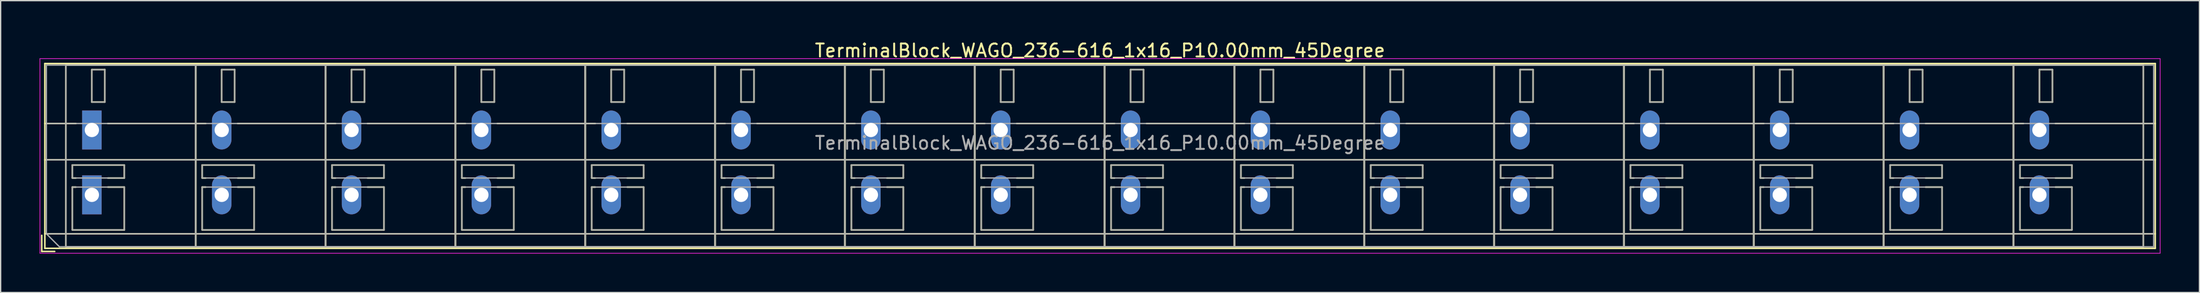
<source format=kicad_pcb>
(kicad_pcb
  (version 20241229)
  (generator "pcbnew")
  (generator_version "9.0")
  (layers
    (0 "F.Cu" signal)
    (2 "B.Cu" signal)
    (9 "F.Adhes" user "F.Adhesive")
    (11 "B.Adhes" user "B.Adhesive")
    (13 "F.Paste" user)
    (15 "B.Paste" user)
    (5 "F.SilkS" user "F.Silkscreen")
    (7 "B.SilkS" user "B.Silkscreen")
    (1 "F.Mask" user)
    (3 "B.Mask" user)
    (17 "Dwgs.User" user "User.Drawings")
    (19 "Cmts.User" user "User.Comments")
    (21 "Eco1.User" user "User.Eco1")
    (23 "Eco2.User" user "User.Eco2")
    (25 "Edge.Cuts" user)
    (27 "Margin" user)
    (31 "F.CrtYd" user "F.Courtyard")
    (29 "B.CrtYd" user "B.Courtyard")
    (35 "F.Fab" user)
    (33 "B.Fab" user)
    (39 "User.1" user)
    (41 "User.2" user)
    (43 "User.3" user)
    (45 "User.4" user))
  (footprint "TerminalBlock_WAGO_236-616_1x16_P10.00mm_45Degree"
    (layer "F.Cu")
    (at 4.025 6.968)
    (property "Reference" "TerminalBlock_WAGO_236-616_1x16_P10.00mm_45Degree" (at 77.65 -6.12 0) (layer "F.SilkS") (effects (font (size 1 1) (thickness 0.15))))
    (attr through_hole)
    (fp_line (start -3.86 8.12) (end -3.86 9.36) (stroke (width 0.12) (type solid)) (layer "F.SilkS"))
    (fp_line (start -3.86 9.36) (end -2.86 9.36) (stroke (width 0.12) (type solid)) (layer "F.SilkS"))
    (fp_line (start -3.62 -5.12) (end -3.62 9.12) (stroke (width 0.12) (type solid)) (layer "F.SilkS"))
    (fp_line (start -3.62 -5.12) (end 158.92 -5.12) (stroke (width 0.12) (type solid)) (layer "F.SilkS"))
    (fp_line (start -3.62 -0.5) (end -1.23 -0.5) (stroke (width 0.12) (type solid)) (layer "F.SilkS"))
    (fp_line (start -3.62 2.3) (end 158.92 2.3) (stroke (width 0.12) (type solid)) (layer "F.SilkS"))
    (fp_line (start -3.62 8) (end 158.92 8) (stroke (width 0.12) (type solid)) (layer "F.SilkS"))
    (fp_line (start -3.62 9.12) (end 158.92 9.12) (stroke (width 0.12) (type solid)) (layer "F.SilkS"))
    (fp_line (start -2 -5) (end -2 9) (stroke (width 0.12) (type solid)) (layer "F.SilkS"))
    (fp_line (start -2 -5) (end 8 -5) (stroke (width 0.12) (type solid)) (layer "F.SilkS"))
    (fp_line (start -2 9) (end 8 9) (stroke (width 0.12) (type solid)) (layer "F.SilkS"))
    (fp_line (start -1.5 2.7) (end -1.5 3.7) (stroke (width 0.12) (type solid)) (layer "F.SilkS"))
    (fp_line (start -1.5 2.7) (end 2.5 2.7) (stroke (width 0.12) (type solid)) (layer "F.SilkS"))
    (fp_line (start -1.5 3.7) (end -1.23 3.7) (stroke (width 0.12) (type solid)) (layer "F.SilkS"))
    (fp_line (start -1.5 4.4) (end -1.5 7.7) (stroke (width 0.12) (type solid)) (layer "F.SilkS"))
    (fp_line (start -1.5 4.4) (end -1.23 4.4) (stroke (width 0.12) (type solid)) (layer "F.SilkS"))
    (fp_line (start -1.5 7.7) (end 2.5 7.7) (stroke (width 0.12) (type solid)) (layer "F.SilkS"))
    (fp_line (start 0 -4.65) (end 0 -2.151) (stroke (width 0.12) (type solid)) (layer "F.SilkS"))
    (fp_line (start 0 -4.65) (end 1 -4.65) (stroke (width 0.12) (type solid)) (layer "F.SilkS"))
    (fp_line (start 0 -2.151) (end 1 -2.151) (stroke (width 0.12) (type solid)) (layer "F.SilkS"))
    (fp_line (start 1 -4.65) (end 1 -2.151) (stroke (width 0.12) (type solid)) (layer "F.SilkS"))
    (fp_line (start 1.23 -0.5) (end 8.77 -0.5) (stroke (width 0.12) (type solid)) (layer "F.SilkS"))
    (fp_line (start 1.23 3.7) (end 2.5 3.7) (stroke (width 0.12) (type solid)) (layer "F.SilkS"))
    (fp_line (start 1.23 4.4) (end 2.5 4.4) (stroke (width 0.12) (type solid)) (layer "F.SilkS"))
    (fp_line (start 2.5 2.7) (end 2.5 3.7) (stroke (width 0.12) (type solid)) (layer "F.SilkS"))
    (fp_line (start 2.5 4.4) (end 2.5 7.7) (stroke (width 0.12) (type solid)) (layer "F.SilkS"))
    (fp_line (start 8 -5) (end 8 9) (stroke (width 0.12) (type solid)) (layer "F.SilkS"))
    (fp_line (start 8 -5) (end 8 9) (stroke (width 0.12) (type solid)) (layer "F.SilkS"))
    (fp_line (start 8 -5) (end 18 -5) (stroke (width 0.12) (type solid)) (layer "F.SilkS"))
    (fp_line (start 8 9) (end 18 9) (stroke (width 0.12) (type solid)) (layer "F.SilkS"))
    (fp_line (start 8.5 2.7) (end 8.5 3.7) (stroke (width 0.12) (type solid)) (layer "F.SilkS"))
    (fp_line (start 8.5 2.7) (end 12.5 2.7) (stroke (width 0.12) (type solid)) (layer "F.SilkS"))
    (fp_line (start 8.5 3.7) (end 8.77 3.7) (stroke (width 0.12) (type solid)) (layer "F.SilkS"))
    (fp_line (start 8.5 4.4) (end 8.5 7.7) (stroke (width 0.12) (type solid)) (layer "F.SilkS"))
    (fp_line (start 8.5 4.4) (end 8.77 4.4) (stroke (width 0.12) (type solid)) (layer "F.SilkS"))
    (fp_line (start 8.5 7.7) (end 12.5 7.7) (stroke (width 0.12) (type solid)) (layer "F.SilkS"))
    (fp_line (start 10 -4.65) (end 10 -2.151) (stroke (width 0.12) (type solid)) (layer "F.SilkS"))
    (fp_line (start 10 -4.65) (end 11 -4.65) (stroke (width 0.12) (type solid)) (layer "F.SilkS"))
    (fp_line (start 10 -2.151) (end 11 -2.151) (stroke (width 0.12) (type solid)) (layer "F.SilkS"))
    (fp_line (start 11 -4.65) (end 11 -2.151) (stroke (width 0.12) (type solid)) (layer "F.SilkS"))
    (fp_line (start 11.23 -0.5) (end 18.77 -0.5) (stroke (width 0.12) (type solid)) (layer "F.SilkS"))
    (fp_line (start 11.23 3.7) (end 12.5 3.7) (stroke (width 0.12) (type solid)) (layer "F.SilkS"))
    (fp_line (start 11.23 4.4) (end 12.5 4.4) (stroke (width 0.12) (type solid)) (layer "F.SilkS"))
    (fp_line (start 12.5 2.7) (end 12.5 3.7) (stroke (width 0.12) (type solid)) (layer "F.SilkS"))
    (fp_line (start 12.5 4.4) (end 12.5 7.7) (stroke (width 0.12) (type solid)) (layer "F.SilkS"))
    (fp_line (start 18 -5) (end 18 9) (stroke (width 0.12) (type solid)) (layer "F.SilkS"))
    (fp_line (start 18 -5) (end 18 9) (stroke (width 0.12) (type solid)) (layer "F.SilkS"))
    (fp_line (start 18 -5) (end 28 -5) (stroke (width 0.12) (type solid)) (layer "F.SilkS"))
    (fp_line (start 18 9) (end 28 9) (stroke (width 0.12) (type solid)) (layer "F.SilkS"))
    (fp_line (start 18.5 2.7) (end 18.5 3.7) (stroke (width 0.12) (type solid)) (layer "F.SilkS"))
    (fp_line (start 18.5 2.7) (end 22.5 2.7) (stroke (width 0.12) (type solid)) (layer "F.SilkS"))
    (fp_line (start 18.5 3.7) (end 18.77 3.7) (stroke (width 0.12) (type solid)) (layer "F.SilkS"))
    (fp_line (start 18.5 4.4) (end 18.5 7.7) (stroke (width 0.12) (type solid)) (layer "F.SilkS"))
    (fp_line (start 18.5 4.4) (end 18.77 4.4) (stroke (width 0.12) (type solid)) (layer "F.SilkS"))
    (fp_line (start 18.5 7.7) (end 22.5 7.7) (stroke (width 0.12) (type solid)) (layer "F.SilkS"))
    (fp_line (start 20 -4.65) (end 20 -2.151) (stroke (width 0.12) (type solid)) (layer "F.SilkS"))
    (fp_line (start 20 -4.65) (end 21 -4.65) (stroke (width 0.12) (type solid)) (layer "F.SilkS"))
    (fp_line (start 20 -2.151) (end 21 -2.151) (stroke (width 0.12) (type solid)) (layer "F.SilkS"))
    (fp_line (start 21 -4.65) (end 21 -2.151) (stroke (width 0.12) (type solid)) (layer "F.SilkS"))
    (fp_line (start 21.23 -0.5) (end 28.77 -0.5) (stroke (width 0.12) (type solid)) (layer "F.SilkS"))
    (fp_line (start 21.23 3.7) (end 22.5 3.7) (stroke (width 0.12) (type solid)) (layer "F.SilkS"))
    (fp_line (start 21.23 4.4) (end 22.5 4.4) (stroke (width 0.12) (type solid)) (layer "F.SilkS"))
    (fp_line (start 22.5 2.7) (end 22.5 3.7) (stroke (width 0.12) (type solid)) (layer "F.SilkS"))
    (fp_line (start 22.5 4.4) (end 22.5 7.7) (stroke (width 0.12) (type solid)) (layer "F.SilkS"))
    (fp_line (start 28 -5) (end 28 9) (stroke (width 0.12) (type solid)) (layer "F.SilkS"))
    (fp_line (start 28 -5) (end 28 9) (stroke (width 0.12) (type solid)) (layer "F.SilkS"))
    (fp_line (start 28 -5) (end 38 -5) (stroke (width 0.12) (type solid)) (layer "F.SilkS"))
    (fp_line (start 28 9) (end 38 9) (stroke (width 0.12) (type solid)) (layer "F.SilkS"))
    (fp_line (start 28.5 2.7) (end 28.5 3.7) (stroke (width 0.12) (type solid)) (layer "F.SilkS"))
    (fp_line (start 28.5 2.7) (end 32.5 2.7) (stroke (width 0.12) (type solid)) (layer "F.SilkS"))
    (fp_line (start 28.5 3.7) (end 28.77 3.7) (stroke (width 0.12) (type solid)) (layer "F.SilkS"))
    (fp_line (start 28.5 4.4) (end 28.5 7.7) (stroke (width 0.12) (type solid)) (layer "F.SilkS"))
    (fp_line (start 28.5 4.4) (end 28.77 4.4) (stroke (width 0.12) (type solid)) (layer "F.SilkS"))
    (fp_line (start 28.5 7.7) (end 32.5 7.7) (stroke (width 0.12) (type solid)) (layer "F.SilkS"))
    (fp_line (start 30 -4.65) (end 30 -2.151) (stroke (width 0.12) (type solid)) (layer "F.SilkS"))
    (fp_line (start 30 -4.65) (end 31 -4.65) (stroke (width 0.12) (type solid)) (layer "F.SilkS"))
    (fp_line (start 30 -2.151) (end 31 -2.151) (stroke (width 0.12) (type solid)) (layer "F.SilkS"))
    (fp_line (start 31 -4.65) (end 31 -2.151) (stroke (width 0.12) (type solid)) (layer "F.SilkS"))
    (fp_line (start 31.23 -0.5) (end 38.77 -0.5) (stroke (width 0.12) (type solid)) (layer "F.SilkS"))
    (fp_line (start 31.23 3.7) (end 32.5 3.7) (stroke (width 0.12) (type solid)) (layer "F.SilkS"))
    (fp_line (start 31.23 4.4) (end 32.5 4.4) (stroke (width 0.12) (type solid)) (layer "F.SilkS"))
    (fp_line (start 32.5 2.7) (end 32.5 3.7) (stroke (width 0.12) (type solid)) (layer "F.SilkS"))
    (fp_line (start 32.5 4.4) (end 32.5 7.7) (stroke (width 0.12) (type solid)) (layer "F.SilkS"))
    (fp_line (start 38 -5) (end 38 9) (stroke (width 0.12) (type solid)) (layer "F.SilkS"))
    (fp_line (start 38 -5) (end 38 9) (stroke (width 0.12) (type solid)) (layer "F.SilkS"))
    (fp_line (start 38 -5) (end 48 -5) (stroke (width 0.12) (type solid)) (layer "F.SilkS"))
    (fp_line (start 38 9) (end 48 9) (stroke (width 0.12) (type solid)) (layer "F.SilkS"))
    (fp_line (start 38.5 2.7) (end 38.5 3.7) (stroke (width 0.12) (type solid)) (layer "F.SilkS"))
    (fp_line (start 38.5 2.7) (end 42.5 2.7) (stroke (width 0.12) (type solid)) (layer "F.SilkS"))
    (fp_line (start 38.5 3.7) (end 38.77 3.7) (stroke (width 0.12) (type solid)) (layer "F.SilkS"))
    (fp_line (start 38.5 4.4) (end 38.5 7.7) (stroke (width 0.12) (type solid)) (layer "F.SilkS"))
    (fp_line (start 38.5 4.4) (end 38.77 4.4) (stroke (width 0.12) (type solid)) (layer "F.SilkS"))
    (fp_line (start 38.5 7.7) (end 42.5 7.7) (stroke (width 0.12) (type solid)) (layer "F.SilkS"))
    (fp_line (start 40 -4.65) (end 40 -2.151) (stroke (width 0.12) (type solid)) (layer "F.SilkS"))
    (fp_line (start 40 -4.65) (end 41 -4.65) (stroke (width 0.12) (type solid)) (layer "F.SilkS"))
    (fp_line (start 40 -2.151) (end 41 -2.151) (stroke (width 0.12) (type solid)) (layer "F.SilkS"))
    (fp_line (start 41 -4.65) (end 41 -2.151) (stroke (width 0.12) (type solid)) (layer "F.SilkS"))
    (fp_line (start 41.23 -0.5) (end 48.77 -0.5) (stroke (width 0.12) (type solid)) (layer "F.SilkS"))
    (fp_line (start 41.23 3.7) (end 42.5 3.7) (stroke (width 0.12) (type solid)) (layer "F.SilkS"))
    (fp_line (start 41.23 4.4) (end 42.5 4.4) (stroke (width 0.12) (type solid)) (layer "F.SilkS"))
    (fp_line (start 42.5 2.7) (end 42.5 3.7) (stroke (width 0.12) (type solid)) (layer "F.SilkS"))
    (fp_line (start 42.5 4.4) (end 42.5 7.7) (stroke (width 0.12) (type solid)) (layer "F.SilkS"))
    (fp_line (start 48 -5) (end 48 9) (stroke (width 0.12) (type solid)) (layer "F.SilkS"))
    (fp_line (start 48 -5) (end 48 9) (stroke (width 0.12) (type solid)) (layer "F.SilkS"))
    (fp_line (start 48 -5) (end 58 -5) (stroke (width 0.12) (type solid)) (layer "F.SilkS"))
    (fp_line (start 48 9) (end 58 9) (stroke (width 0.12) (type solid)) (layer "F.SilkS"))
    (fp_line (start 48.5 2.7) (end 48.5 3.7) (stroke (width 0.12) (type solid)) (layer "F.SilkS"))
    (fp_line (start 48.5 2.7) (end 52.5 2.7) (stroke (width 0.12) (type solid)) (layer "F.SilkS"))
    (fp_line (start 48.5 3.7) (end 48.77 3.7) (stroke (width 0.12) (type solid)) (layer "F.SilkS"))
    (fp_line (start 48.5 4.4) (end 48.5 7.7) (stroke (width 0.12) (type solid)) (layer "F.SilkS"))
    (fp_line (start 48.5 4.4) (end 48.77 4.4) (stroke (width 0.12) (type solid)) (layer "F.SilkS"))
    (fp_line (start 48.5 7.7) (end 52.5 7.7) (stroke (width 0.12) (type solid)) (layer "F.SilkS"))
    (fp_line (start 50 -4.65) (end 50 -2.151) (stroke (width 0.12) (type solid)) (layer "F.SilkS"))
    (fp_line (start 50 -4.65) (end 51 -4.65) (stroke (width 0.12) (type solid)) (layer "F.SilkS"))
    (fp_line (start 50 -2.151) (end 51 -2.151) (stroke (width 0.12) (type solid)) (layer "F.SilkS"))
    (fp_line (start 51 -4.65) (end 51 -2.151) (stroke (width 0.12) (type solid)) (layer "F.SilkS"))
    (fp_line (start 51.23 -0.5) (end 58.77 -0.5) (stroke (width 0.12) (type solid)) (layer "F.SilkS"))
    (fp_line (start 51.23 3.7) (end 52.5 3.7) (stroke (width 0.12) (type solid)) (layer "F.SilkS"))
    (fp_line (start 51.23 4.4) (end 52.5 4.4) (stroke (width 0.12) (type solid)) (layer "F.SilkS"))
    (fp_line (start 52.5 2.7) (end 52.5 3.7) (stroke (width 0.12) (type solid)) (layer "F.SilkS"))
    (fp_line (start 52.5 4.4) (end 52.5 7.7) (stroke (width 0.12) (type solid)) (layer "F.SilkS"))
    (fp_line (start 58 -5) (end 58 9) (stroke (width 0.12) (type solid)) (layer "F.SilkS"))
    (fp_line (start 58 -5) (end 58 9) (stroke (width 0.12) (type solid)) (layer "F.SilkS"))
    (fp_line (start 58 -5) (end 68 -5) (stroke (width 0.12) (type solid)) (layer "F.SilkS"))
    (fp_line (start 58 9) (end 68 9) (stroke (width 0.12) (type solid)) (layer "F.SilkS"))
    (fp_line (start 58.5 2.7) (end 58.5 3.7) (stroke (width 0.12) (type solid)) (layer "F.SilkS"))
    (fp_line (start 58.5 2.7) (end 62.5 2.7) (stroke (width 0.12) (type solid)) (layer "F.SilkS"))
    (fp_line (start 58.5 3.7) (end 58.77 3.7) (stroke (width 0.12) (type solid)) (layer "F.SilkS"))
    (fp_line (start 58.5 4.4) (end 58.5 7.7) (stroke (width 0.12) (type solid)) (layer "F.SilkS"))
    (fp_line (start 58.5 4.4) (end 58.77 4.4) (stroke (width 0.12) (type solid)) (layer "F.SilkS"))
    (fp_line (start 58.5 7.7) (end 62.5 7.7) (stroke (width 0.12) (type solid)) (layer "F.SilkS"))
    (fp_line (start 60 -4.65) (end 60 -2.151) (stroke (width 0.12) (type solid)) (layer "F.SilkS"))
    (fp_line (start 60 -4.65) (end 61 -4.65) (stroke (width 0.12) (type solid)) (layer "F.SilkS"))
    (fp_line (start 60 -2.151) (end 61 -2.151) (stroke (width 0.12) (type solid)) (layer "F.SilkS"))
    (fp_line (start 61 -4.65) (end 61 -2.151) (stroke (width 0.12) (type solid)) (layer "F.SilkS"))
    (fp_line (start 61.23 -0.5) (end 68.77 -0.5) (stroke (width 0.12) (type solid)) (layer "F.SilkS"))
    (fp_line (start 61.23 3.7) (end 62.5 3.7) (stroke (width 0.12) (type solid)) (layer "F.SilkS"))
    (fp_line (start 61.23 4.4) (end 62.5 4.4) (stroke (width 0.12) (type solid)) (layer "F.SilkS"))
    (fp_line (start 62.5 2.7) (end 62.5 3.7) (stroke (width 0.12) (type solid)) (layer "F.SilkS"))
    (fp_line (start 62.5 4.4) (end 62.5 7.7) (stroke (width 0.12) (type solid)) (layer "F.SilkS"))
    (fp_line (start 68 -5) (end 68 9) (stroke (width 0.12) (type solid)) (layer "F.SilkS"))
    (fp_line (start 68 -5) (end 68 9) (stroke (width 0.12) (type solid)) (layer "F.SilkS"))
    (fp_line (start 68 -5) (end 78 -5) (stroke (width 0.12) (type solid)) (layer "F.SilkS"))
    (fp_line (start 68 9) (end 78 9) (stroke (width 0.12) (type solid)) (layer "F.SilkS"))
    (fp_line (start 68.5 2.7) (end 68.5 3.7) (stroke (width 0.12) (type solid)) (layer "F.SilkS"))
    (fp_line (start 68.5 2.7) (end 72.5 2.7) (stroke (width 0.12) (type solid)) (layer "F.SilkS"))
    (fp_line (start 68.5 3.7) (end 68.77 3.7) (stroke (width 0.12) (type solid)) (layer "F.SilkS"))
    (fp_line (start 68.5 4.4) (end 68.5 7.7) (stroke (width 0.12) (type solid)) (layer "F.SilkS"))
    (fp_line (start 68.5 4.4) (end 68.77 4.4) (stroke (width 0.12) (type solid)) (layer "F.SilkS"))
    (fp_line (start 68.5 7.7) (end 72.5 7.7) (stroke (width 0.12) (type solid)) (layer "F.SilkS"))
    (fp_line (start 70 -4.65) (end 70 -2.151) (stroke (width 0.12) (type solid)) (layer "F.SilkS"))
    (fp_line (start 70 -4.65) (end 71 -4.65) (stroke (width 0.12) (type solid)) (layer "F.SilkS"))
    (fp_line (start 70 -2.151) (end 71 -2.151) (stroke (width 0.12) (type solid)) (layer "F.SilkS"))
    (fp_line (start 71 -4.65) (end 71 -2.151) (stroke (width 0.12) (type solid)) (layer "F.SilkS"))
    (fp_line (start 71.23 -0.5) (end 78.77 -0.5) (stroke (width 0.12) (type solid)) (layer "F.SilkS"))
    (fp_line (start 71.23 3.7) (end 72.5 3.7) (stroke (width 0.12) (type solid)) (layer "F.SilkS"))
    (fp_line (start 71.23 4.4) (end 72.5 4.4) (stroke (width 0.12) (type solid)) (layer "F.SilkS"))
    (fp_line (start 72.5 2.7) (end 72.5 3.7) (stroke (width 0.12) (type solid)) (layer "F.SilkS"))
    (fp_line (start 72.5 4.4) (end 72.5 7.7) (stroke (width 0.12) (type solid)) (layer "F.SilkS"))
    (fp_line (start 78 -5) (end 78 9) (stroke (width 0.12) (type solid)) (layer "F.SilkS"))
    (fp_line (start 78 -5) (end 78 9) (stroke (width 0.12) (type solid)) (layer "F.SilkS"))
    (fp_line (start 78 -5) (end 88 -5) (stroke (width 0.12) (type solid)) (layer "F.SilkS"))
    (fp_line (start 78 9) (end 88 9) (stroke (width 0.12) (type solid)) (layer "F.SilkS"))
    (fp_line (start 78.5 2.7) (end 78.5 3.7) (stroke (width 0.12) (type solid)) (layer "F.SilkS"))
    (fp_line (start 78.5 2.7) (end 82.5 2.7) (stroke (width 0.12) (type solid)) (layer "F.SilkS"))
    (fp_line (start 78.5 3.7) (end 78.77 3.7) (stroke (width 0.12) (type solid)) (layer "F.SilkS"))
    (fp_line (start 78.5 4.4) (end 78.5 7.7) (stroke (width 0.12) (type solid)) (layer "F.SilkS"))
    (fp_line (start 78.5 4.4) (end 78.77 4.4) (stroke (width 0.12) (type solid)) (layer "F.SilkS"))
    (fp_line (start 78.5 7.7) (end 82.5 7.7) (stroke (width 0.12) (type solid)) (layer "F.SilkS"))
    (fp_line (start 80 -4.65) (end 80 -2.151) (stroke (width 0.12) (type solid)) (layer "F.SilkS"))
    (fp_line (start 80 -4.65) (end 81 -4.65) (stroke (width 0.12) (type solid)) (layer "F.SilkS"))
    (fp_line (start 80 -2.151) (end 81 -2.151) (stroke (width 0.12) (type solid)) (layer "F.SilkS"))
    (fp_line (start 81 -4.65) (end 81 -2.151) (stroke (width 0.12) (type solid)) (layer "F.SilkS"))
    (fp_line (start 81.23 -0.5) (end 88.77 -0.5) (stroke (width 0.12) (type solid)) (layer "F.SilkS"))
    (fp_line (start 81.23 3.7) (end 82.5 3.7) (stroke (width 0.12) (type solid)) (layer "F.SilkS"))
    (fp_line (start 81.23 4.4) (end 82.5 4.4) (stroke (width 0.12) (type solid)) (layer "F.SilkS"))
    (fp_line (start 82.5 2.7) (end 82.5 3.7) (stroke (width 0.12) (type solid)) (layer "F.SilkS"))
    (fp_line (start 82.5 4.4) (end 82.5 7.7) (stroke (width 0.12) (type solid)) (layer "F.SilkS"))
    (fp_line (start 88 -5) (end 88 9) (stroke (width 0.12) (type solid)) (layer "F.SilkS"))
    (fp_line (start 88 -5) (end 88 9) (stroke (width 0.12) (type solid)) (layer "F.SilkS"))
    (fp_line (start 88 -5) (end 98 -5) (stroke (width 0.12) (type solid)) (layer "F.SilkS"))
    (fp_line (start 88 9) (end 98 9) (stroke (width 0.12) (type solid)) (layer "F.SilkS"))
    (fp_line (start 88.5 2.7) (end 88.5 3.7) (stroke (width 0.12) (type solid)) (layer "F.SilkS"))
    (fp_line (start 88.5 2.7) (end 92.5 2.7) (stroke (width 0.12) (type solid)) (layer "F.SilkS"))
    (fp_line (start 88.5 3.7) (end 88.77 3.7) (stroke (width 0.12) (type solid)) (layer "F.SilkS"))
    (fp_line (start 88.5 4.4) (end 88.5 7.7) (stroke (width 0.12) (type solid)) (layer "F.SilkS"))
    (fp_line (start 88.5 4.4) (end 88.77 4.4) (stroke (width 0.12) (type solid)) (layer "F.SilkS"))
    (fp_line (start 88.5 7.7) (end 92.5 7.7) (stroke (width 0.12) (type solid)) (layer "F.SilkS"))
    (fp_line (start 90 -4.65) (end 90 -2.151) (stroke (width 0.12) (type solid)) (layer "F.SilkS"))
    (fp_line (start 90 -4.65) (end 91 -4.65) (stroke (width 0.12) (type solid)) (layer "F.SilkS"))
    (fp_line (start 90 -2.151) (end 91 -2.151) (stroke (width 0.12) (type solid)) (layer "F.SilkS"))
    (fp_line (start 91 -4.65) (end 91 -2.151) (stroke (width 0.12) (type solid)) (layer "F.SilkS"))
    (fp_line (start 91.23 -0.5) (end 98.77 -0.5) (stroke (width 0.12) (type solid)) (layer "F.SilkS"))
    (fp_line (start 91.23 3.7) (end 92.5 3.7) (stroke (width 0.12) (type solid)) (layer "F.SilkS"))
    (fp_line (start 91.23 4.4) (end 92.5 4.4) (stroke (width 0.12) (type solid)) (layer "F.SilkS"))
    (fp_line (start 92.5 2.7) (end 92.5 3.7) (stroke (width 0.12) (type solid)) (layer "F.SilkS"))
    (fp_line (start 92.5 4.4) (end 92.5 7.7) (stroke (width 0.12) (type solid)) (layer "F.SilkS"))
    (fp_line (start 98 -5) (end 98 9) (stroke (width 0.12) (type solid)) (layer "F.SilkS"))
    (fp_line (start 98 -5) (end 98 9) (stroke (width 0.12) (type solid)) (layer "F.SilkS"))
    (fp_line (start 98 -5) (end 108 -5) (stroke (width 0.12) (type solid)) (layer "F.SilkS"))
    (fp_line (start 98 9) (end 108 9) (stroke (width 0.12) (type solid)) (layer "F.SilkS"))
    (fp_line (start 98.5 2.7) (end 98.5 3.7) (stroke (width 0.12) (type solid)) (layer "F.SilkS"))
    (fp_line (start 98.5 2.7) (end 102.5 2.7) (stroke (width 0.12) (type solid)) (layer "F.SilkS"))
    (fp_line (start 98.5 3.7) (end 98.77 3.7) (stroke (width 0.12) (type solid)) (layer "F.SilkS"))
    (fp_line (start 98.5 4.4) (end 98.5 7.7) (stroke (width 0.12) (type solid)) (layer "F.SilkS"))
    (fp_line (start 98.5 4.4) (end 98.77 4.4) (stroke (width 0.12) (type solid)) (layer "F.SilkS"))
    (fp_line (start 98.5 7.7) (end 102.5 7.7) (stroke (width 0.12) (type solid)) (layer "F.SilkS"))
    (fp_line (start 100 -4.65) (end 100 -2.151) (stroke (width 0.12) (type solid)) (layer "F.SilkS"))
    (fp_line (start 100 -4.65) (end 101 -4.65) (stroke (width 0.12) (type solid)) (layer "F.SilkS"))
    (fp_line (start 100 -2.151) (end 101 -2.151) (stroke (width 0.12) (type solid)) (layer "F.SilkS"))
    (fp_line (start 101 -4.65) (end 101 -2.151) (stroke (width 0.12) (type solid)) (layer "F.SilkS"))
    (fp_line (start 101.23 -0.5) (end 108.77 -0.5) (stroke (width 0.12) (type solid)) (layer "F.SilkS"))
    (fp_line (start 101.23 3.7) (end 102.5 3.7) (stroke (width 0.12) (type solid)) (layer "F.SilkS"))
    (fp_line (start 101.23 4.4) (end 102.5 4.4) (stroke (width 0.12) (type solid)) (layer "F.SilkS"))
    (fp_line (start 102.5 2.7) (end 102.5 3.7) (stroke (width 0.12) (type solid)) (layer "F.SilkS"))
    (fp_line (start 102.5 4.4) (end 102.5 7.7) (stroke (width 0.12) (type solid)) (layer "F.SilkS"))
    (fp_line (start 108 -5) (end 108 9) (stroke (width 0.12) (type solid)) (layer "F.SilkS"))
    (fp_line (start 108 -5) (end 108 9) (stroke (width 0.12) (type solid)) (layer "F.SilkS"))
    (fp_line (start 108 -5) (end 118 -5) (stroke (width 0.12) (type solid)) (layer "F.SilkS"))
    (fp_line (start 108 9) (end 118 9) (stroke (width 0.12) (type solid)) (layer "F.SilkS"))
    (fp_line (start 108.5 2.7) (end 108.5 3.7) (stroke (width 0.12) (type solid)) (layer "F.SilkS"))
    (fp_line (start 108.5 2.7) (end 112.5 2.7) (stroke (width 0.12) (type solid)) (layer "F.SilkS"))
    (fp_line (start 108.5 3.7) (end 108.77 3.7) (stroke (width 0.12) (type solid)) (layer "F.SilkS"))
    (fp_line (start 108.5 4.4) (end 108.5 7.7) (stroke (width 0.12) (type solid)) (layer "F.SilkS"))
    (fp_line (start 108.5 4.4) (end 108.77 4.4) (stroke (width 0.12) (type solid)) (layer "F.SilkS"))
    (fp_line (start 108.5 7.7) (end 112.5 7.7) (stroke (width 0.12) (type solid)) (layer "F.SilkS"))
    (fp_line (start 110 -4.65) (end 110 -2.151) (stroke (width 0.12) (type solid)) (layer "F.SilkS"))
    (fp_line (start 110 -4.65) (end 111 -4.65) (stroke (width 0.12) (type solid)) (layer "F.SilkS"))
    (fp_line (start 110 -2.151) (end 111 -2.151) (stroke (width 0.12) (type solid)) (layer "F.SilkS"))
    (fp_line (start 111 -4.65) (end 111 -2.151) (stroke (width 0.12) (type solid)) (layer "F.SilkS"))
    (fp_line (start 111.23 -0.5) (end 118.77 -0.5) (stroke (width 0.12) (type solid)) (layer "F.SilkS"))
    (fp_line (start 111.23 3.7) (end 112.5 3.7) (stroke (width 0.12) (type solid)) (layer "F.SilkS"))
    (fp_line (start 111.23 4.4) (end 112.5 4.4) (stroke (width 0.12) (type solid)) (layer "F.SilkS"))
    (fp_line (start 112.5 2.7) (end 112.5 3.7) (stroke (width 0.12) (type solid)) (layer "F.SilkS"))
    (fp_line (start 112.5 4.4) (end 112.5 7.7) (stroke (width 0.12) (type solid)) (layer "F.SilkS"))
    (fp_line (start 118 -5) (end 118 9) (stroke (width 0.12) (type solid)) (layer "F.SilkS"))
    (fp_line (start 118 -5) (end 118 9) (stroke (width 0.12) (type solid)) (layer "F.SilkS"))
    (fp_line (start 118 -5) (end 128 -5) (stroke (width 0.12) (type solid)) (layer "F.SilkS"))
    (fp_line (start 118 9) (end 128 9) (stroke (width 0.12) (type solid)) (layer "F.SilkS"))
    (fp_line (start 118.5 2.7) (end 118.5 3.7) (stroke (width 0.12) (type solid)) (layer "F.SilkS"))
    (fp_line (start 118.5 2.7) (end 122.5 2.7) (stroke (width 0.12) (type solid)) (layer "F.SilkS"))
    (fp_line (start 118.5 3.7) (end 118.77 3.7) (stroke (width 0.12) (type solid)) (layer "F.SilkS"))
    (fp_line (start 118.5 4.4) (end 118.5 7.7) (stroke (width 0.12) (type solid)) (layer "F.SilkS"))
    (fp_line (start 118.5 4.4) (end 118.77 4.4) (stroke (width 0.12) (type solid)) (layer "F.SilkS"))
    (fp_line (start 118.5 7.7) (end 122.5 7.7) (stroke (width 0.12) (type solid)) (layer "F.SilkS"))
    (fp_line (start 120 -4.65) (end 120 -2.151) (stroke (width 0.12) (type solid)) (layer "F.SilkS"))
    (fp_line (start 120 -4.65) (end 121 -4.65) (stroke (width 0.12) (type solid)) (layer "F.SilkS"))
    (fp_line (start 120 -2.151) (end 121 -2.151) (stroke (width 0.12) (type solid)) (layer "F.SilkS"))
    (fp_line (start 121 -4.65) (end 121 -2.151) (stroke (width 0.12) (type solid)) (layer "F.SilkS"))
    (fp_line (start 121.23 -0.5) (end 128.771 -0.5) (stroke (width 0.12) (type solid)) (layer "F.SilkS"))
    (fp_line (start 121.23 3.7) (end 122.5 3.7) (stroke (width 0.12) (type solid)) (layer "F.SilkS"))
    (fp_line (start 121.23 4.4) (end 122.5 4.4) (stroke (width 0.12) (type solid)) (layer "F.SilkS"))
    (fp_line (start 122.5 2.7) (end 122.5 3.7) (stroke (width 0.12) (type solid)) (layer "F.SilkS"))
    (fp_line (start 122.5 4.4) (end 122.5 7.7) (stroke (width 0.12) (type solid)) (layer "F.SilkS"))
    (fp_line (start 128 -5) (end 128 9) (stroke (width 0.12) (type solid)) (layer "F.SilkS"))
    (fp_line (start 128 -5) (end 128 9) (stroke (width 0.12) (type solid)) (layer "F.SilkS"))
    (fp_line (start 128 -5) (end 138 -5) (stroke (width 0.12) (type solid)) (layer "F.SilkS"))
    (fp_line (start 128 9) (end 138 9) (stroke (width 0.12) (type solid)) (layer "F.SilkS"))
    (fp_line (start 128.5 2.7) (end 128.5 3.7) (stroke (width 0.12) (type solid)) (layer "F.SilkS"))
    (fp_line (start 128.5 2.7) (end 132.5 2.7) (stroke (width 0.12) (type solid)) (layer "F.SilkS"))
    (fp_line (start 128.5 3.7) (end 128.771 3.7) (stroke (width 0.12) (type solid)) (layer "F.SilkS"))
    (fp_line (start 128.5 4.4) (end 128.5 7.7) (stroke (width 0.12) (type solid)) (layer "F.SilkS"))
    (fp_line (start 128.5 4.4) (end 128.771 4.4) (stroke (width 0.12) (type solid)) (layer "F.SilkS"))
    (fp_line (start 128.5 7.7) (end 132.5 7.7) (stroke (width 0.12) (type solid)) (layer "F.SilkS"))
    (fp_line (start 130 -4.65) (end 130 -2.151) (stroke (width 0.12) (type solid)) (layer "F.SilkS"))
    (fp_line (start 130 -4.65) (end 131 -4.65) (stroke (width 0.12) (type solid)) (layer "F.SilkS"))
    (fp_line (start 130 -2.151) (end 131 -2.151) (stroke (width 0.12) (type solid)) (layer "F.SilkS"))
    (fp_line (start 131 -4.65) (end 131 -2.151) (stroke (width 0.12) (type solid)) (layer "F.SilkS"))
    (fp_line (start 131.23 -0.5) (end 138.77 -0.5) (stroke (width 0.12) (type solid)) (layer "F.SilkS"))
    (fp_line (start 131.23 3.7) (end 132.5 3.7) (stroke (width 0.12) (type solid)) (layer "F.SilkS"))
    (fp_line (start 131.23 4.4) (end 132.5 4.4) (stroke (width 0.12) (type solid)) (layer "F.SilkS"))
    (fp_line (start 132.5 2.7) (end 132.5 3.7) (stroke (width 0.12) (type solid)) (layer "F.SilkS"))
    (fp_line (start 132.5 4.4) (end 132.5 7.7) (stroke (width 0.12) (type solid)) (layer "F.SilkS"))
    (fp_line (start 138 -5) (end 138 9) (stroke (width 0.12) (type solid)) (layer "F.SilkS"))
    (fp_line (start 138 -5) (end 138 9) (stroke (width 0.12) (type solid)) (layer "F.SilkS"))
    (fp_line (start 138 -5) (end 148 -5) (stroke (width 0.12) (type solid)) (layer "F.SilkS"))
    (fp_line (start 138 9) (end 148 9) (stroke (width 0.12) (type solid)) (layer "F.SilkS"))
    (fp_line (start 138.5 2.7) (end 138.5 3.7) (stroke (width 0.12) (type solid)) (layer "F.SilkS"))
    (fp_line (start 138.5 2.7) (end 142.5 2.7) (stroke (width 0.12) (type solid)) (layer "F.SilkS"))
    (fp_line (start 138.5 3.7) (end 138.77 3.7) (stroke (width 0.12) (type solid)) (layer "F.SilkS"))
    (fp_line (start 138.5 4.4) (end 138.5 7.7) (stroke (width 0.12) (type solid)) (layer "F.SilkS"))
    (fp_line (start 138.5 4.4) (end 138.77 4.4) (stroke (width 0.12) (type solid)) (layer "F.SilkS"))
    (fp_line (start 138.5 7.7) (end 142.5 7.7) (stroke (width 0.12) (type solid)) (layer "F.SilkS"))
    (fp_line (start 140 -4.65) (end 140 -2.151) (stroke (width 0.12) (type solid)) (layer "F.SilkS"))
    (fp_line (start 140 -4.65) (end 141 -4.65) (stroke (width 0.12) (type solid)) (layer "F.SilkS"))
    (fp_line (start 140 -2.151) (end 141 -2.151) (stroke (width 0.12) (type solid)) (layer "F.SilkS"))
    (fp_line (start 141 -4.65) (end 141 -2.151) (stroke (width 0.12) (type solid)) (layer "F.SilkS"))
    (fp_line (start 141.23 -0.5) (end 148.77 -0.5) (stroke (width 0.12) (type solid)) (layer "F.SilkS"))
    (fp_line (start 141.23 3.7) (end 142.5 3.7) (stroke (width 0.12) (type solid)) (layer "F.SilkS"))
    (fp_line (start 141.23 4.4) (end 142.5 4.4) (stroke (width 0.12) (type solid)) (layer "F.SilkS"))
    (fp_line (start 142.5 2.7) (end 142.5 3.7) (stroke (width 0.12) (type solid)) (layer "F.SilkS"))
    (fp_line (start 142.5 4.4) (end 142.5 7.7) (stroke (width 0.12) (type solid)) (layer "F.SilkS"))
    (fp_line (start 148 -5) (end 148 9) (stroke (width 0.12) (type solid)) (layer "F.SilkS"))
    (fp_line (start 148 -5) (end 148 9) (stroke (width 0.12) (type solid)) (layer "F.SilkS"))
    (fp_line (start 148 -5) (end 158 -5) (stroke (width 0.12) (type solid)) (layer "F.SilkS"))
    (fp_line (start 148 9) (end 158 9) (stroke (width 0.12) (type solid)) (layer "F.SilkS"))
    (fp_line (start 148.5 2.7) (end 148.5 3.7) (stroke (width 0.12) (type solid)) (layer "F.SilkS"))
    (fp_line (start 148.5 2.7) (end 152.5 2.7) (stroke (width 0.12) (type solid)) (layer "F.SilkS"))
    (fp_line (start 148.5 3.7) (end 148.77 3.7) (stroke (width 0.12) (type solid)) (layer "F.SilkS"))
    (fp_line (start 148.5 4.4) (end 148.5 7.7) (stroke (width 0.12) (type solid)) (layer "F.SilkS"))
    (fp_line (start 148.5 4.4) (end 148.77 4.4) (stroke (width 0.12) (type solid)) (layer "F.SilkS"))
    (fp_line (start 148.5 7.7) (end 152.5 7.7) (stroke (width 0.12) (type solid)) (layer "F.SilkS"))
    (fp_line (start 150 -4.65) (end 150 -2.151) (stroke (width 0.12) (type solid)) (layer "F.SilkS"))
    (fp_line (start 150 -4.65) (end 151 -4.65) (stroke (width 0.12) (type solid)) (layer "F.SilkS"))
    (fp_line (start 150 -2.151) (end 151 -2.151) (stroke (width 0.12) (type solid)) (layer "F.SilkS"))
    (fp_line (start 151 -4.65) (end 151 -2.151) (stroke (width 0.12) (type solid)) (layer "F.SilkS"))
    (fp_line (start 151.23 -0.5) (end 158.92 -0.5) (stroke (width 0.12) (type solid)) (layer "F.SilkS"))
    (fp_line (start 151.23 3.7) (end 152.5 3.7) (stroke (width 0.12) (type solid)) (layer "F.SilkS"))
    (fp_line (start 151.23 4.4) (end 152.5 4.4) (stroke (width 0.12) (type solid)) (layer "F.SilkS"))
    (fp_line (start 152.5 2.7) (end 152.5 3.7) (stroke (width 0.12) (type solid)) (layer "F.SilkS"))
    (fp_line (start 152.5 4.4) (end 152.5 7.7) (stroke (width 0.12) (type solid)) (layer "F.SilkS"))
    (fp_line (start 158 -5) (end 158 9) (stroke (width 0.12) (type solid)) (layer "F.SilkS"))
    (fp_line (start 158.92 -5.12) (end 158.92 9.12) (stroke (width 0.12) (type solid)) (layer "F.SilkS"))
    (fp_line (start -4 -5.5) (end -4 9.5) (stroke (width 0.05) (type solid)) (layer "F.CrtYd"))
    (fp_line (start -4 9.5) (end 159.3 9.5) (stroke (width 0.05) (type solid)) (layer "F.CrtYd"))
    (fp_line (start 159.3 -5.5) (end -4 -5.5) (stroke (width 0.05) (type solid)) (layer "F.CrtYd"))
    (fp_line (start 159.3 9.5) (end 159.3 -5.5) (stroke (width 0.05) (type solid)) (layer "F.CrtYd"))
    (fp_line (start -3.5 -5) (end 158.8 -5) (stroke (width 0.1) (type solid)) (layer "F.Fab"))
    (fp_line (start -3.5 -0.5) (end 158.8 -0.5) (stroke (width 0.1) (type solid)) (layer "F.Fab"))
    (fp_line (start -3.5 2.3) (end 158.8 2.3) (stroke (width 0.1) (type solid)) (layer "F.Fab"))
    (fp_line (start -3.5 8) (end -3.5 -5) (stroke (width 0.1) (type solid)) (layer "F.Fab"))
    (fp_line (start -3.5 8) (end 158.8 8) (stroke (width 0.1) (type solid)) (layer "F.Fab"))
    (fp_line (start -2.5 9) (end -3.5 8) (stroke (width 0.1) (type solid)) (layer "F.Fab"))
    (fp_line (start -2 -5) (end -2 9) (stroke (width 0.1) (type solid)) (layer "F.Fab"))
    (fp_line (start -2 9) (end 8 9) (stroke (width 0.1) (type solid)) (layer "F.Fab"))
    (fp_line (start -1.5 2.7) (end -1.5 3.7) (stroke (width 0.1) (type solid)) (layer "F.Fab"))
    (fp_line (start -1.5 3.7) (end 2.5 3.7) (stroke (width 0.1) (type solid)) (layer "F.Fab"))
    (fp_line (start -1.5 4.4) (end -1.5 7.7) (stroke (width 0.1) (type solid)) (layer "F.Fab"))
    (fp_line (start -1.5 7.7) (end 2.5 7.7) (stroke (width 0.1) (type solid)) (layer "F.Fab"))
    (fp_line (start 0 -4.65) (end 0 -2.15) (stroke (width 0.1) (type solid)) (layer "F.Fab"))
    (fp_line (start 0 -2.15) (end 1 -2.15) (stroke (width 0.1) (type solid)) (layer "F.Fab"))
    (fp_line (start 1 -4.65) (end 0 -4.65) (stroke (width 0.1) (type solid)) (layer "F.Fab"))
    (fp_line (start 1 -2.15) (end 1 -4.65) (stroke (width 0.1) (type solid)) (layer "F.Fab"))
    (fp_line (start 2.5 2.7) (end -1.5 2.7) (stroke (width 0.1) (type solid)) (layer "F.Fab"))
    (fp_line (start 2.5 3.7) (end 2.5 2.7) (stroke (width 0.1) (type solid)) (layer "F.Fab"))
    (fp_line (start 2.5 4.4) (end -1.5 4.4) (stroke (width 0.1) (type solid)) (layer "F.Fab"))
    (fp_line (start 2.5 7.7) (end 2.5 4.4) (stroke (width 0.1) (type solid)) (layer "F.Fab"))
    (fp_line (start 8 -5) (end -2 -5) (stroke (width 0.1) (type solid)) (layer "F.Fab"))
    (fp_line (start 8 -5) (end 8 9) (stroke (width 0.1) (type solid)) (layer "F.Fab"))
    (fp_line (start 8 9) (end 8 -5) (stroke (width 0.1) (type solid)) (layer "F.Fab"))
    (fp_line (start 8 9) (end 18 9) (stroke (width 0.1) (type solid)) (layer "F.Fab"))
    (fp_line (start 8.5 2.7) (end 8.5 3.7) (stroke (width 0.1) (type solid)) (layer "F.Fab"))
    (fp_line (start 8.5 3.7) (end 12.5 3.7) (stroke (width 0.1) (type solid)) (layer "F.Fab"))
    (fp_line (start 8.5 4.4) (end 8.5 7.7) (stroke (width 0.1) (type solid)) (layer "F.Fab"))
    (fp_line (start 8.5 7.7) (end 12.5 7.7) (stroke (width 0.1) (type solid)) (layer "F.Fab"))
    (fp_line (start 10 -4.65) (end 10 -2.15) (stroke (width 0.1) (type solid)) (layer "F.Fab"))
    (fp_line (start 10 -2.15) (end 11 -2.15) (stroke (width 0.1) (type solid)) (layer "F.Fab"))
    (fp_line (start 11 -4.65) (end 10 -4.65) (stroke (width 0.1) (type solid)) (layer "F.Fab"))
    (fp_line (start 11 -2.15) (end 11 -4.65) (stroke (width 0.1) (type solid)) (layer "F.Fab"))
    (fp_line (start 12.5 2.7) (end 8.5 2.7) (stroke (width 0.1) (type solid)) (layer "F.Fab"))
    (fp_line (start 12.5 3.7) (end 12.5 2.7) (stroke (width 0.1) (type solid)) (layer "F.Fab"))
    (fp_line (start 12.5 4.4) (end 8.5 4.4) (stroke (width 0.1) (type solid)) (layer "F.Fab"))
    (fp_line (start 12.5 7.7) (end 12.5 4.4) (stroke (width 0.1) (type solid)) (layer "F.Fab"))
    (fp_line (start 18 -5) (end 8 -5) (stroke (width 0.1) (type solid)) (layer "F.Fab"))
    (fp_line (start 18 -5) (end 18 9) (stroke (width 0.1) (type solid)) (layer "F.Fab"))
    (fp_line (start 18 9) (end 18 -5) (stroke (width 0.1) (type solid)) (layer "F.Fab"))
    (fp_line (start 18 9) (end 28 9) (stroke (width 0.1) (type solid)) (layer "F.Fab"))
    (fp_line (start 18.5 2.7) (end 18.5 3.7) (stroke (width 0.1) (type solid)) (layer "F.Fab"))
    (fp_line (start 18.5 3.7) (end 22.5 3.7) (stroke (width 0.1) (type solid)) (layer "F.Fab"))
    (fp_line (start 18.5 4.4) (end 18.5 7.7) (stroke (width 0.1) (type solid)) (layer "F.Fab"))
    (fp_line (start 18.5 7.7) (end 22.5 7.7) (stroke (width 0.1) (type solid)) (layer "F.Fab"))
    (fp_line (start 20 -4.65) (end 20 -2.15) (stroke (width 0.1) (type solid)) (layer "F.Fab"))
    (fp_line (start 20 -2.15) (end 21 -2.15) (stroke (width 0.1) (type solid)) (layer "F.Fab"))
    (fp_line (start 21 -4.65) (end 20 -4.65) (stroke (width 0.1) (type solid)) (layer "F.Fab"))
    (fp_line (start 21 -2.15) (end 21 -4.65) (stroke (width 0.1) (type solid)) (layer "F.Fab"))
    (fp_line (start 22.5 2.7) (end 18.5 2.7) (stroke (width 0.1) (type solid)) (layer "F.Fab"))
    (fp_line (start 22.5 3.7) (end 22.5 2.7) (stroke (width 0.1) (type solid)) (layer "F.Fab"))
    (fp_line (start 22.5 4.4) (end 18.5 4.4) (stroke (width 0.1) (type solid)) (layer "F.Fab"))
    (fp_line (start 22.5 7.7) (end 22.5 4.4) (stroke (width 0.1) (type solid)) (layer "F.Fab"))
    (fp_line (start 28 -5) (end 18 -5) (stroke (width 0.1) (type solid)) (layer "F.Fab"))
    (fp_line (start 28 -5) (end 28 9) (stroke (width 0.1) (type solid)) (layer "F.Fab"))
    (fp_line (start 28 9) (end 28 -5) (stroke (width 0.1) (type solid)) (layer "F.Fab"))
    (fp_line (start 28 9) (end 38 9) (stroke (width 0.1) (type solid)) (layer "F.Fab"))
    (fp_line (start 28.5 2.7) (end 28.5 3.7) (stroke (width 0.1) (type solid)) (layer "F.Fab"))
    (fp_line (start 28.5 3.7) (end 32.5 3.7) (stroke (width 0.1) (type solid)) (layer "F.Fab"))
    (fp_line (start 28.5 4.4) (end 28.5 7.7) (stroke (width 0.1) (type solid)) (layer "F.Fab"))
    (fp_line (start 28.5 7.7) (end 32.5 7.7) (stroke (width 0.1) (type solid)) (layer "F.Fab"))
    (fp_line (start 30 -4.65) (end 30 -2.15) (stroke (width 0.1) (type solid)) (layer "F.Fab"))
    (fp_line (start 30 -2.15) (end 31 -2.15) (stroke (width 0.1) (type solid)) (layer "F.Fab"))
    (fp_line (start 31 -4.65) (end 30 -4.65) (stroke (width 0.1) (type solid)) (layer "F.Fab"))
    (fp_line (start 31 -2.15) (end 31 -4.65) (stroke (width 0.1) (type solid)) (layer "F.Fab"))
    (fp_line (start 32.5 2.7) (end 28.5 2.7) (stroke (width 0.1) (type solid)) (layer "F.Fab"))
    (fp_line (start 32.5 3.7) (end 32.5 2.7) (stroke (width 0.1) (type solid)) (layer "F.Fab"))
    (fp_line (start 32.5 4.4) (end 28.5 4.4) (stroke (width 0.1) (type solid)) (layer "F.Fab"))
    (fp_line (start 32.5 7.7) (end 32.5 4.4) (stroke (width 0.1) (type solid)) (layer "F.Fab"))
    (fp_line (start 38 -5) (end 28 -5) (stroke (width 0.1) (type solid)) (layer "F.Fab"))
    (fp_line (start 38 -5) (end 38 9) (stroke (width 0.1) (type solid)) (layer "F.Fab"))
    (fp_line (start 38 9) (end 38 -5) (stroke (width 0.1) (type solid)) (layer "F.Fab"))
    (fp_line (start 38 9) (end 48 9) (stroke (width 0.1) (type solid)) (layer "F.Fab"))
    (fp_line (start 38.5 2.7) (end 38.5 3.7) (stroke (width 0.1) (type solid)) (layer "F.Fab"))
    (fp_line (start 38.5 3.7) (end 42.5 3.7) (stroke (width 0.1) (type solid)) (layer "F.Fab"))
    (fp_line (start 38.5 4.4) (end 38.5 7.7) (stroke (width 0.1) (type solid)) (layer "F.Fab"))
    (fp_line (start 38.5 7.7) (end 42.5 7.7) (stroke (width 0.1) (type solid)) (layer "F.Fab"))
    (fp_line (start 40 -4.65) (end 40 -2.15) (stroke (width 0.1) (type solid)) (layer "F.Fab"))
    (fp_line (start 40 -2.15) (end 41 -2.15) (stroke (width 0.1) (type solid)) (layer "F.Fab"))
    (fp_line (start 41 -4.65) (end 40 -4.65) (stroke (width 0.1) (type solid)) (layer "F.Fab"))
    (fp_line (start 41 -2.15) (end 41 -4.65) (stroke (width 0.1) (type solid)) (layer "F.Fab"))
    (fp_line (start 42.5 2.7) (end 38.5 2.7) (stroke (width 0.1) (type solid)) (layer "F.Fab"))
    (fp_line (start 42.5 3.7) (end 42.5 2.7) (stroke (width 0.1) (type solid)) (layer "F.Fab"))
    (fp_line (start 42.5 4.4) (end 38.5 4.4) (stroke (width 0.1) (type solid)) (layer "F.Fab"))
    (fp_line (start 42.5 7.7) (end 42.5 4.4) (stroke (width 0.1) (type solid)) (layer "F.Fab"))
    (fp_line (start 48 -5) (end 38 -5) (stroke (width 0.1) (type solid)) (layer "F.Fab"))
    (fp_line (start 48 -5) (end 48 9) (stroke (width 0.1) (type solid)) (layer "F.Fab"))
    (fp_line (start 48 9) (end 48 -5) (stroke (width 0.1) (type solid)) (layer "F.Fab"))
    (fp_line (start 48 9) (end 58 9) (stroke (width 0.1) (type solid)) (layer "F.Fab"))
    (fp_line (start 48.5 2.7) (end 48.5 3.7) (stroke (width 0.1) (type solid)) (layer "F.Fab"))
    (fp_line (start 48.5 3.7) (end 52.5 3.7) (stroke (width 0.1) (type solid)) (layer "F.Fab"))
    (fp_line (start 48.5 4.4) (end 48.5 7.7) (stroke (width 0.1) (type solid)) (layer "F.Fab"))
    (fp_line (start 48.5 7.7) (end 52.5 7.7) (stroke (width 0.1) (type solid)) (layer "F.Fab"))
    (fp_line (start 50 -4.65) (end 50 -2.15) (stroke (width 0.1) (type solid)) (layer "F.Fab"))
    (fp_line (start 50 -2.15) (end 51 -2.15) (stroke (width 0.1) (type solid)) (layer "F.Fab"))
    (fp_line (start 51 -4.65) (end 50 -4.65) (stroke (width 0.1) (type solid)) (layer "F.Fab"))
    (fp_line (start 51 -2.15) (end 51 -4.65) (stroke (width 0.1) (type solid)) (layer "F.Fab"))
    (fp_line (start 52.5 2.7) (end 48.5 2.7) (stroke (width 0.1) (type solid)) (layer "F.Fab"))
    (fp_line (start 52.5 3.7) (end 52.5 2.7) (stroke (width 0.1) (type solid)) (layer "F.Fab"))
    (fp_line (start 52.5 4.4) (end 48.5 4.4) (stroke (width 0.1) (type solid)) (layer "F.Fab"))
    (fp_line (start 52.5 7.7) (end 52.5 4.4) (stroke (width 0.1) (type solid)) (layer "F.Fab"))
    (fp_line (start 58 -5) (end 48 -5) (stroke (width 0.1) (type solid)) (layer "F.Fab"))
    (fp_line (start 58 -5) (end 58 9) (stroke (width 0.1) (type solid)) (layer "F.Fab"))
    (fp_line (start 58 9) (end 58 -5) (stroke (width 0.1) (type solid)) (layer "F.Fab"))
    (fp_line (start 58 9) (end 68 9) (stroke (width 0.1) (type solid)) (layer "F.Fab"))
    (fp_line (start 58.5 2.7) (end 58.5 3.7) (stroke (width 0.1) (type solid)) (layer "F.Fab"))
    (fp_line (start 58.5 3.7) (end 62.5 3.7) (stroke (width 0.1) (type solid)) (layer "F.Fab"))
    (fp_line (start 58.5 4.4) (end 58.5 7.7) (stroke (width 0.1) (type solid)) (layer "F.Fab"))
    (fp_line (start 58.5 7.7) (end 62.5 7.7) (stroke (width 0.1) (type solid)) (layer "F.Fab"))
    (fp_line (start 60 -4.65) (end 60 -2.15) (stroke (width 0.1) (type solid)) (layer "F.Fab"))
    (fp_line (start 60 -2.15) (end 61 -2.15) (stroke (width 0.1) (type solid)) (layer "F.Fab"))
    (fp_line (start 61 -4.65) (end 60 -4.65) (stroke (width 0.1) (type solid)) (layer "F.Fab"))
    (fp_line (start 61 -2.15) (end 61 -4.65) (stroke (width 0.1) (type solid)) (layer "F.Fab"))
    (fp_line (start 62.5 2.7) (end 58.5 2.7) (stroke (width 0.1) (type solid)) (layer "F.Fab"))
    (fp_line (start 62.5 3.7) (end 62.5 2.7) (stroke (width 0.1) (type solid)) (layer "F.Fab"))
    (fp_line (start 62.5 4.4) (end 58.5 4.4) (stroke (width 0.1) (type solid)) (layer "F.Fab"))
    (fp_line (start 62.5 7.7) (end 62.5 4.4) (stroke (width 0.1) (type solid)) (layer "F.Fab"))
    (fp_line (start 68 -5) (end 58 -5) (stroke (width 0.1) (type solid)) (layer "F.Fab"))
    (fp_line (start 68 -5) (end 68 9) (stroke (width 0.1) (type solid)) (layer "F.Fab"))
    (fp_line (start 68 9) (end 68 -5) (stroke (width 0.1) (type solid)) (layer "F.Fab"))
    (fp_line (start 68 9) (end 78 9) (stroke (width 0.1) (type solid)) (layer "F.Fab"))
    (fp_line (start 68.5 2.7) (end 68.5 3.7) (stroke (width 0.1) (type solid)) (layer "F.Fab"))
    (fp_line (start 68.5 3.7) (end 72.5 3.7) (stroke (width 0.1) (type solid)) (layer "F.Fab"))
    (fp_line (start 68.5 4.4) (end 68.5 7.7) (stroke (width 0.1) (type solid)) (layer "F.Fab"))
    (fp_line (start 68.5 7.7) (end 72.5 7.7) (stroke (width 0.1) (type solid)) (layer "F.Fab"))
    (fp_line (start 70 -4.65) (end 70 -2.15) (stroke (width 0.1) (type solid)) (layer "F.Fab"))
    (fp_line (start 70 -2.15) (end 71 -2.15) (stroke (width 0.1) (type solid)) (layer "F.Fab"))
    (fp_line (start 71 -4.65) (end 70 -4.65) (stroke (width 0.1) (type solid)) (layer "F.Fab"))
    (fp_line (start 71 -2.15) (end 71 -4.65) (stroke (width 0.1) (type solid)) (layer "F.Fab"))
    (fp_line (start 72.5 2.7) (end 68.5 2.7) (stroke (width 0.1) (type solid)) (layer "F.Fab"))
    (fp_line (start 72.5 3.7) (end 72.5 2.7) (stroke (width 0.1) (type solid)) (layer "F.Fab"))
    (fp_line (start 72.5 4.4) (end 68.5 4.4) (stroke (width 0.1) (type solid)) (layer "F.Fab"))
    (fp_line (start 72.5 7.7) (end 72.5 4.4) (stroke (width 0.1) (type solid)) (layer "F.Fab"))
    (fp_line (start 78 -5) (end 68 -5) (stroke (width 0.1) (type solid)) (layer "F.Fab"))
    (fp_line (start 78 -5) (end 78 9) (stroke (width 0.1) (type solid)) (layer "F.Fab"))
    (fp_line (start 78 9) (end 78 -5) (stroke (width 0.1) (type solid)) (layer "F.Fab"))
    (fp_line (start 78 9) (end 88 9) (stroke (width 0.1) (type solid)) (layer "F.Fab"))
    (fp_line (start 78.5 2.7) (end 78.5 3.7) (stroke (width 0.1) (type solid)) (layer "F.Fab"))
    (fp_line (start 78.5 3.7) (end 82.5 3.7) (stroke (width 0.1) (type solid)) (layer "F.Fab"))
    (fp_line (start 78.5 4.4) (end 78.5 7.7) (stroke (width 0.1) (type solid)) (layer "F.Fab"))
    (fp_line (start 78.5 7.7) (end 82.5 7.7) (stroke (width 0.1) (type solid)) (layer "F.Fab"))
    (fp_line (start 80 -4.65) (end 80 -2.15) (stroke (width 0.1) (type solid)) (layer "F.Fab"))
    (fp_line (start 80 -2.15) (end 81 -2.15) (stroke (width 0.1) (type solid)) (layer "F.Fab"))
    (fp_line (start 81 -4.65) (end 80 -4.65) (stroke (width 0.1) (type solid)) (layer "F.Fab"))
    (fp_line (start 81 -2.15) (end 81 -4.65) (stroke (width 0.1) (type solid)) (layer "F.Fab"))
    (fp_line (start 82.5 2.7) (end 78.5 2.7) (stroke (width 0.1) (type solid)) (layer "F.Fab"))
    (fp_line (start 82.5 3.7) (end 82.5 2.7) (stroke (width 0.1) (type solid)) (layer "F.Fab"))
    (fp_line (start 82.5 4.4) (end 78.5 4.4) (stroke (width 0.1) (type solid)) (layer "F.Fab"))
    (fp_line (start 82.5 7.7) (end 82.5 4.4) (stroke (width 0.1) (type solid)) (layer "F.Fab"))
    (fp_line (start 88 -5) (end 78 -5) (stroke (width 0.1) (type solid)) (layer "F.Fab"))
    (fp_line (start 88 -5) (end 88 9) (stroke (width 0.1) (type solid)) (layer "F.Fab"))
    (fp_line (start 88 9) (end 88 -5) (stroke (width 0.1) (type solid)) (layer "F.Fab"))
    (fp_line (start 88 9) (end 98 9) (stroke (width 0.1) (type solid)) (layer "F.Fab"))
    (fp_line (start 88.5 2.7) (end 88.5 3.7) (stroke (width 0.1) (type solid)) (layer "F.Fab"))
    (fp_line (start 88.5 3.7) (end 92.5 3.7) (stroke (width 0.1) (type solid)) (layer "F.Fab"))
    (fp_line (start 88.5 4.4) (end 88.5 7.7) (stroke (width 0.1) (type solid)) (layer "F.Fab"))
    (fp_line (start 88.5 7.7) (end 92.5 7.7) (stroke (width 0.1) (type solid)) (layer "F.Fab"))
    (fp_line (start 90 -4.65) (end 90 -2.15) (stroke (width 0.1) (type solid)) (layer "F.Fab"))
    (fp_line (start 90 -2.15) (end 91 -2.15) (stroke (width 0.1) (type solid)) (layer "F.Fab"))
    (fp_line (start 91 -4.65) (end 90 -4.65) (stroke (width 0.1) (type solid)) (layer "F.Fab"))
    (fp_line (start 91 -2.15) (end 91 -4.65) (stroke (width 0.1) (type solid)) (layer "F.Fab"))
    (fp_line (start 92.5 2.7) (end 88.5 2.7) (stroke (width 0.1) (type solid)) (layer "F.Fab"))
    (fp_line (start 92.5 3.7) (end 92.5 2.7) (stroke (width 0.1) (type solid)) (layer "F.Fab"))
    (fp_line (start 92.5 4.4) (end 88.5 4.4) (stroke (width 0.1) (type solid)) (layer "F.Fab"))
    (fp_line (start 92.5 7.7) (end 92.5 4.4) (stroke (width 0.1) (type solid)) (layer "F.Fab"))
    (fp_line (start 98 -5) (end 88 -5) (stroke (width 0.1) (type solid)) (layer "F.Fab"))
    (fp_line (start 98 -5) (end 98 9) (stroke (width 0.1) (type solid)) (layer "F.Fab"))
    (fp_line (start 98 9) (end 98 -5) (stroke (width 0.1) (type solid)) (layer "F.Fab"))
    (fp_line (start 98 9) (end 108 9) (stroke (width 0.1) (type solid)) (layer "F.Fab"))
    (fp_line (start 98.5 2.7) (end 98.5 3.7) (stroke (width 0.1) (type solid)) (layer "F.Fab"))
    (fp_line (start 98.5 3.7) (end 102.5 3.7) (stroke (width 0.1) (type solid)) (layer "F.Fab"))
    (fp_line (start 98.5 4.4) (end 98.5 7.7) (stroke (width 0.1) (type solid)) (layer "F.Fab"))
    (fp_line (start 98.5 7.7) (end 102.5 7.7) (stroke (width 0.1) (type solid)) (layer "F.Fab"))
    (fp_line (start 100 -4.65) (end 100 -2.15) (stroke (width 0.1) (type solid)) (layer "F.Fab"))
    (fp_line (start 100 -2.15) (end 101 -2.15) (stroke (width 0.1) (type solid)) (layer "F.Fab"))
    (fp_line (start 101 -4.65) (end 100 -4.65) (stroke (width 0.1) (type solid)) (layer "F.Fab"))
    (fp_line (start 101 -2.15) (end 101 -4.65) (stroke (width 0.1) (type solid)) (layer "F.Fab"))
    (fp_line (start 102.5 2.7) (end 98.5 2.7) (stroke (width 0.1) (type solid)) (layer "F.Fab"))
    (fp_line (start 102.5 3.7) (end 102.5 2.7) (stroke (width 0.1) (type solid)) (layer "F.Fab"))
    (fp_line (start 102.5 4.4) (end 98.5 4.4) (stroke (width 0.1) (type solid)) (layer "F.Fab"))
    (fp_line (start 102.5 7.7) (end 102.5 4.4) (stroke (width 0.1) (type solid)) (layer "F.Fab"))
    (fp_line (start 108 -5) (end 98 -5) (stroke (width 0.1) (type solid)) (layer "F.Fab"))
    (fp_line (start 108 -5) (end 108 9) (stroke (width 0.1) (type solid)) (layer "F.Fab"))
    (fp_line (start 108 9) (end 108 -5) (stroke (width 0.1) (type solid)) (layer "F.Fab"))
    (fp_line (start 108 9) (end 118 9) (stroke (width 0.1) (type solid)) (layer "F.Fab"))
    (fp_line (start 108.5 2.7) (end 108.5 3.7) (stroke (width 0.1) (type solid)) (layer "F.Fab"))
    (fp_line (start 108.5 3.7) (end 112.5 3.7) (stroke (width 0.1) (type solid)) (layer "F.Fab"))
    (fp_line (start 108.5 4.4) (end 108.5 7.7) (stroke (width 0.1) (type solid)) (layer "F.Fab"))
    (fp_line (start 108.5 7.7) (end 112.5 7.7) (stroke (width 0.1) (type solid)) (layer "F.Fab"))
    (fp_line (start 110 -4.65) (end 110 -2.15) (stroke (width 0.1) (type solid)) (layer "F.Fab"))
    (fp_line (start 110 -2.15) (end 111 -2.15) (stroke (width 0.1) (type solid)) (layer "F.Fab"))
    (fp_line (start 111 -4.65) (end 110 -4.65) (stroke (width 0.1) (type solid)) (layer "F.Fab"))
    (fp_line (start 111 -2.15) (end 111 -4.65) (stroke (width 0.1) (type solid)) (layer "F.Fab"))
    (fp_line (start 112.5 2.7) (end 108.5 2.7) (stroke (width 0.1) (type solid)) (layer "F.Fab"))
    (fp_line (start 112.5 3.7) (end 112.5 2.7) (stroke (width 0.1) (type solid)) (layer "F.Fab"))
    (fp_line (start 112.5 4.4) (end 108.5 4.4) (stroke (width 0.1) (type solid)) (layer "F.Fab"))
    (fp_line (start 112.5 7.7) (end 112.5 4.4) (stroke (width 0.1) (type solid)) (layer "F.Fab"))
    (fp_line (start 118 -5) (end 108 -5) (stroke (width 0.1) (type solid)) (layer "F.Fab"))
    (fp_line (start 118 -5) (end 118 9) (stroke (width 0.1) (type solid)) (layer "F.Fab"))
    (fp_line (start 118 9) (end 118 -5) (stroke (width 0.1) (type solid)) (layer "F.Fab"))
    (fp_line (start 118 9) (end 128 9) (stroke (width 0.1) (type solid)) (layer "F.Fab"))
    (fp_line (start 118.5 2.7) (end 118.5 3.7) (stroke (width 0.1) (type solid)) (layer "F.Fab"))
    (fp_line (start 118.5 3.7) (end 122.5 3.7) (stroke (width 0.1) (type solid)) (layer "F.Fab"))
    (fp_line (start 118.5 4.4) (end 118.5 7.7) (stroke (width 0.1) (type solid)) (layer "F.Fab"))
    (fp_line (start 118.5 7.7) (end 122.5 7.7) (stroke (width 0.1) (type solid)) (layer "F.Fab"))
    (fp_line (start 120 -4.65) (end 120 -2.15) (stroke (width 0.1) (type solid)) (layer "F.Fab"))
    (fp_line (start 120 -2.15) (end 121 -2.15) (stroke (width 0.1) (type solid)) (layer "F.Fab"))
    (fp_line (start 121 -4.65) (end 120 -4.65) (stroke (width 0.1) (type solid)) (layer "F.Fab"))
    (fp_line (start 121 -2.15) (end 121 -4.65) (stroke (width 0.1) (type solid)) (layer "F.Fab"))
    (fp_line (start 122.5 2.7) (end 118.5 2.7) (stroke (width 0.1) (type solid)) (layer "F.Fab"))
    (fp_line (start 122.5 3.7) (end 122.5 2.7) (stroke (width 0.1) (type solid)) (layer "F.Fab"))
    (fp_line (start 122.5 4.4) (end 118.5 4.4) (stroke (width 0.1) (type solid)) (layer "F.Fab"))
    (fp_line (start 122.5 7.7) (end 122.5 4.4) (stroke (width 0.1) (type solid)) (layer "F.Fab"))
    (fp_line (start 128 -5) (end 118 -5) (stroke (width 0.1) (type solid)) (layer "F.Fab"))
    (fp_line (start 128 -5) (end 128 9) (stroke (width 0.1) (type solid)) (layer "F.Fab"))
    (fp_line (start 128 9) (end 128 -5) (stroke (width 0.1) (type solid)) (layer "F.Fab"))
    (fp_line (start 128 9) (end 138 9) (stroke (width 0.1) (type solid)) (layer "F.Fab"))
    (fp_line (start 128.5 2.7) (end 128.5 3.7) (stroke (width 0.1) (type solid)) (layer "F.Fab"))
    (fp_line (start 128.5 3.7) (end 132.5 3.7) (stroke (width 0.1) (type solid)) (layer "F.Fab"))
    (fp_line (start 128.5 4.4) (end 128.5 7.7) (stroke (width 0.1) (type solid)) (layer "F.Fab"))
    (fp_line (start 128.5 7.7) (end 132.5 7.7) (stroke (width 0.1) (type solid)) (layer "F.Fab"))
    (fp_line (start 130 -4.65) (end 130 -2.15) (stroke (width 0.1) (type solid)) (layer "F.Fab"))
    (fp_line (start 130 -2.15) (end 131 -2.15) (stroke (width 0.1) (type solid)) (layer "F.Fab"))
    (fp_line (start 131 -4.65) (end 130 -4.65) (stroke (width 0.1) (type solid)) (layer "F.Fab"))
    (fp_line (start 131 -2.15) (end 131 -4.65) (stroke (width 0.1) (type solid)) (layer "F.Fab"))
    (fp_line (start 132.5 2.7) (end 128.5 2.7) (stroke (width 0.1) (type solid)) (layer "F.Fab"))
    (fp_line (start 132.5 3.7) (end 132.5 2.7) (stroke (width 0.1) (type solid)) (layer "F.Fab"))
    (fp_line (start 132.5 4.4) (end 128.5 4.4) (stroke (width 0.1) (type solid)) (layer "F.Fab"))
    (fp_line (start 132.5 7.7) (end 132.5 4.4) (stroke (width 0.1) (type solid)) (layer "F.Fab"))
    (fp_line (start 138 -5) (end 128 -5) (stroke (width 0.1) (type solid)) (layer "F.Fab"))
    (fp_line (start 138 -5) (end 138 9) (stroke (width 0.1) (type solid)) (layer "F.Fab"))
    (fp_line (start 138 9) (end 138 -5) (stroke (width 0.1) (type solid)) (layer "F.Fab"))
    (fp_line (start 138 9) (end 148 9) (stroke (width 0.1) (type solid)) (layer "F.Fab"))
    (fp_line (start 138.5 2.7) (end 138.5 3.7) (stroke (width 0.1) (type solid)) (layer "F.Fab"))
    (fp_line (start 138.5 3.7) (end 142.5 3.7) (stroke (width 0.1) (type solid)) (layer "F.Fab"))
    (fp_line (start 138.5 4.4) (end 138.5 7.7) (stroke (width 0.1) (type solid)) (layer "F.Fab"))
    (fp_line (start 138.5 7.7) (end 142.5 7.7) (stroke (width 0.1) (type solid)) (layer "F.Fab"))
    (fp_line (start 140 -4.65) (end 140 -2.15) (stroke (width 0.1) (type solid)) (layer "F.Fab"))
    (fp_line (start 140 -2.15) (end 141 -2.15) (stroke (width 0.1) (type solid)) (layer "F.Fab"))
    (fp_line (start 141 -4.65) (end 140 -4.65) (stroke (width 0.1) (type solid)) (layer "F.Fab"))
    (fp_line (start 141 -2.15) (end 141 -4.65) (stroke (width 0.1) (type solid)) (layer "F.Fab"))
    (fp_line (start 142.5 2.7) (end 138.5 2.7) (stroke (width 0.1) (type solid)) (layer "F.Fab"))
    (fp_line (start 142.5 3.7) (end 142.5 2.7) (stroke (width 0.1) (type solid)) (layer "F.Fab"))
    (fp_line (start 142.5 4.4) (end 138.5 4.4) (stroke (width 0.1) (type solid)) (layer "F.Fab"))
    (fp_line (start 142.5 7.7) (end 142.5 4.4) (stroke (width 0.1) (type solid)) (layer "F.Fab"))
    (fp_line (start 148 -5) (end 138 -5) (stroke (width 0.1) (type solid)) (layer "F.Fab"))
    (fp_line (start 148 -5) (end 148 9) (stroke (width 0.1) (type solid)) (layer "F.Fab"))
    (fp_line (start 148 9) (end 148 -5) (stroke (width 0.1) (type solid)) (layer "F.Fab"))
    (fp_line (start 148 9) (end 158 9) (stroke (width 0.1) (type solid)) (layer "F.Fab"))
    (fp_line (start 148.5 2.7) (end 148.5 3.7) (stroke (width 0.1) (type solid)) (layer "F.Fab"))
    (fp_line (start 148.5 3.7) (end 152.5 3.7) (stroke (width 0.1) (type solid)) (layer "F.Fab"))
    (fp_line (start 148.5 4.4) (end 148.5 7.7) (stroke (width 0.1) (type solid)) (layer "F.Fab"))
    (fp_line (start 148.5 7.7) (end 152.5 7.7) (stroke (width 0.1) (type solid)) (layer "F.Fab"))
    (fp_line (start 150 -4.65) (end 150 -2.15) (stroke (width 0.1) (type solid)) (layer "F.Fab"))
    (fp_line (start 150 -2.15) (end 151 -2.15) (stroke (width 0.1) (type solid)) (layer "F.Fab"))
    (fp_line (start 151 -4.65) (end 150 -4.65) (stroke (width 0.1) (type solid)) (layer "F.Fab"))
    (fp_line (start 151 -2.15) (end 151 -4.65) (stroke (width 0.1) (type solid)) (layer "F.Fab"))
    (fp_line (start 152.5 2.7) (end 148.5 2.7) (stroke (width 0.1) (type solid)) (layer "F.Fab"))
    (fp_line (start 152.5 3.7) (end 152.5 2.7) (stroke (width 0.1) (type solid)) (layer "F.Fab"))
    (fp_line (start 152.5 4.4) (end 148.5 4.4) (stroke (width 0.1) (type solid)) (layer "F.Fab"))
    (fp_line (start 152.5 7.7) (end 152.5 4.4) (stroke (width 0.1) (type solid)) (layer "F.Fab"))
    (fp_line (start 158 -5) (end 148 -5) (stroke (width 0.1) (type solid)) (layer "F.Fab"))
    (fp_line (start 158 9) (end 158 -5) (stroke (width 0.1) (type solid)) (layer "F.Fab"))
    (fp_line (start 158.8 -5) (end 158.8 9) (stroke (width 0.1) (type solid)) (layer "F.Fab"))
    (fp_line (start 158.8 9) (end -2.5 9) (stroke (width 0.1) (type solid)) (layer "F.Fab"))
    (fp_text user "${REFERENCE}" (at 77.65 1 0) (layer "F.Fab") (effects (font (size 1 1) (thickness 0.15))))
    (pad "1" thru_hole rect (at 0 0) (size 1.5 3) (drill 1.1) (layers "*.Cu" "*.Mask"))
    (pad "1" thru_hole rect (at 0 5) (size 1.5 3) (drill 1.1) (layers "*.Cu" "*.Mask"))
    (pad "2" thru_hole oval (at 10 0) (size 1.5 3) (drill 1.1) (layers "*.Cu" "*.Mask"))
    (pad "2" thru_hole oval (at 10 5) (size 1.5 3) (drill 1.1) (layers "*.Cu" "*.Mask"))
    (pad "3" thru_hole oval (at 20 0) (size 1.5 3) (drill 1.1) (layers "*.Cu" "*.Mask"))
    (pad "3" thru_hole oval (at 20 5) (size 1.5 3) (drill 1.1) (layers "*.Cu" "*.Mask"))
    (pad "4" thru_hole oval (at 30 0) (size 1.5 3) (drill 1.1) (layers "*.Cu" "*.Mask"))
    (pad "4" thru_hole oval (at 30 5) (size 1.5 3) (drill 1.1) (layers "*.Cu" "*.Mask"))
    (pad "5" thru_hole oval (at 40 0) (size 1.5 3) (drill 1.1) (layers "*.Cu" "*.Mask"))
    (pad "5" thru_hole oval (at 40 5) (size 1.5 3) (drill 1.1) (layers "*.Cu" "*.Mask"))
    (pad "6" thru_hole oval (at 50 0) (size 1.5 3) (drill 1.1) (layers "*.Cu" "*.Mask"))
    (pad "6" thru_hole oval (at 50 5) (size 1.5 3) (drill 1.1) (layers "*.Cu" "*.Mask"))
    (pad "7" thru_hole oval (at 60 0) (size 1.5 3) (drill 1.1) (layers "*.Cu" "*.Mask"))
    (pad "7" thru_hole oval (at 60 5) (size 1.5 3) (drill 1.1) (layers "*.Cu" "*.Mask"))
    (pad "8" thru_hole oval (at 70 0) (size 1.5 3) (drill 1.1) (layers "*.Cu" "*.Mask"))
    (pad "8" thru_hole oval (at 70 5) (size 1.5 3) (drill 1.1) (layers "*.Cu" "*.Mask"))
    (pad "9" thru_hole oval (at 80 0) (size 1.5 3) (drill 1.1) (layers "*.Cu" "*.Mask"))
    (pad "9" thru_hole oval (at 80 5) (size 1.5 3) (drill 1.1) (layers "*.Cu" "*.Mask"))
    (pad "10" thru_hole oval (at 90 0) (size 1.5 3) (drill 1.1) (layers "*.Cu" "*.Mask"))
    (pad "10" thru_hole oval (at 90 5) (size 1.5 3) (drill 1.1) (layers "*.Cu" "*.Mask"))
    (pad "11" thru_hole oval (at 100 0) (size 1.5 3) (drill 1.1) (layers "*.Cu" "*.Mask"))
    (pad "11" thru_hole oval (at 100 5) (size 1.5 3) (drill 1.1) (layers "*.Cu" "*.Mask"))
    (pad "12" thru_hole oval (at 110 0) (size 1.5 3) (drill 1.1) (layers "*.Cu" "*.Mask"))
    (pad "12" thru_hole oval (at 110 5) (size 1.5 3) (drill 1.1) (layers "*.Cu" "*.Mask"))
    (pad "13" thru_hole oval (at 120 0) (size 1.5 3) (drill 1.1) (layers "*.Cu" "*.Mask"))
    (pad "13" thru_hole oval (at 120 5) (size 1.5 3) (drill 1.1) (layers "*.Cu" "*.Mask"))
    (pad "14" thru_hole oval (at 130 0) (size 1.5 3) (drill 1.1) (layers "*.Cu" "*.Mask"))
    (pad "14" thru_hole oval (at 130 5) (size 1.5 3) (drill 1.1) (layers "*.Cu" "*.Mask"))
    (pad "15" thru_hole oval (at 140 0) (size 1.5 3) (drill 1.1) (layers "*.Cu" "*.Mask"))
    (pad "15" thru_hole oval (at 140 5) (size 1.5 3) (drill 1.1) (layers "*.Cu" "*.Mask"))
    (pad "16" thru_hole oval (at 150 0) (size 1.5 3) (drill 1.1) (layers "*.Cu" "*.Mask"))
    (pad "16" thru_hole oval (at 150 5) (size 1.5 3) (drill 1.1) (layers "*.Cu" "*.Mask")))
  (gr_rect
    (start -3 -3)
    (end 166.35 19.493)
    (stroke (width 0.1) (type default))
    (fill no)
    (layer "Edge.Cuts")))
</source>
